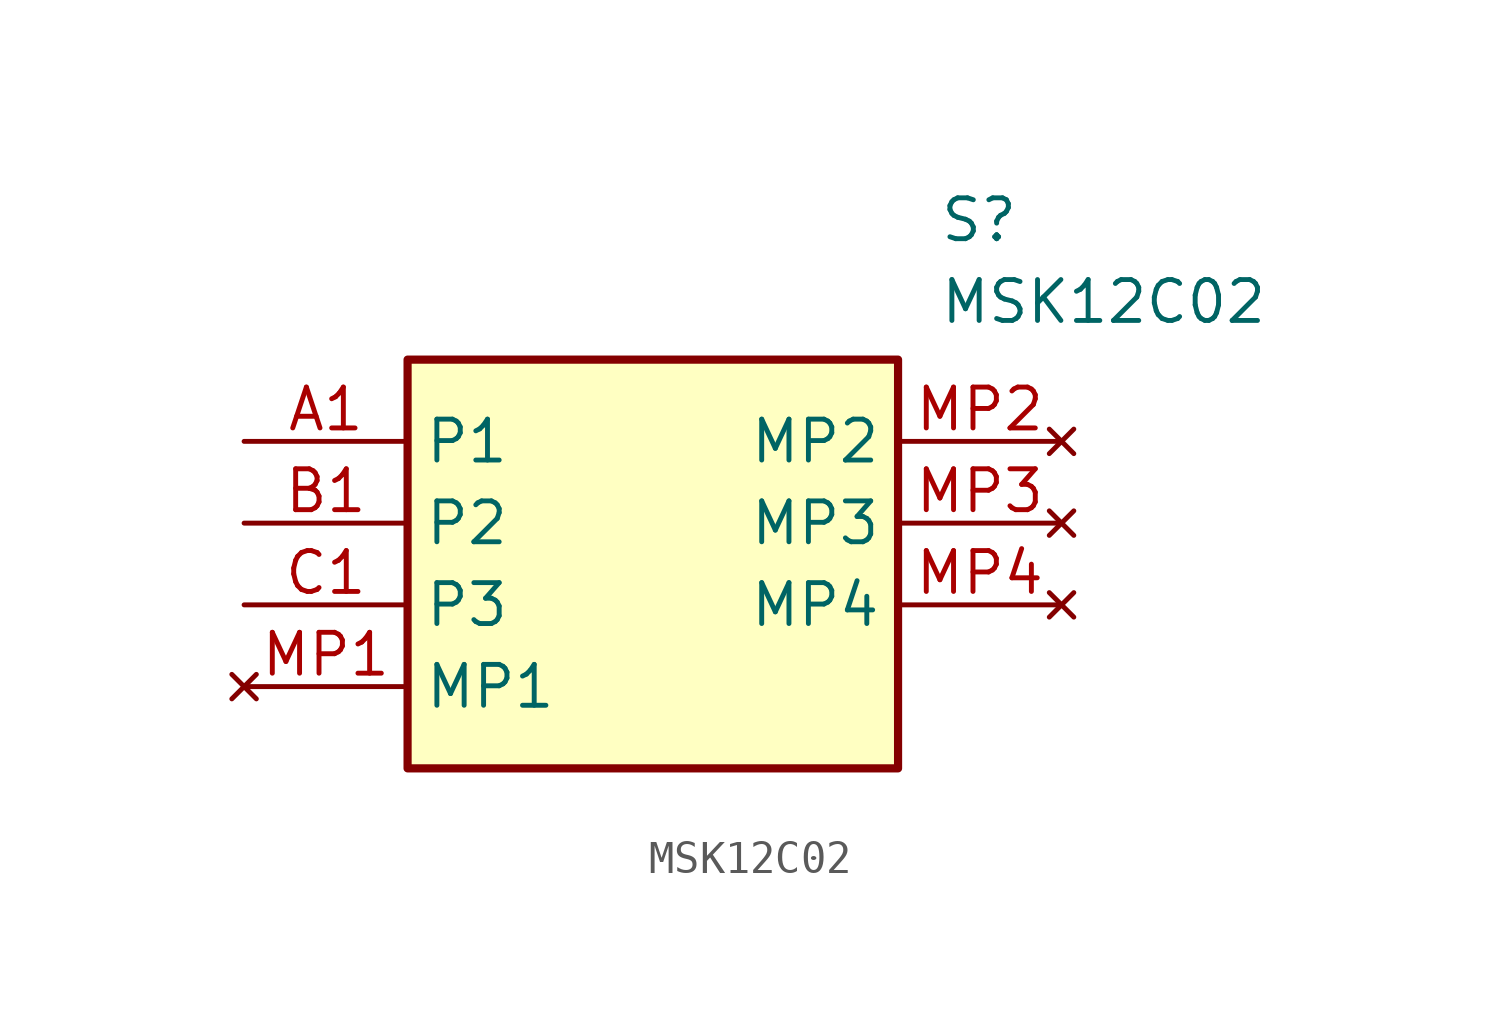
<source format=kicad_sym>
(kicad_symbol_lib
  (version 20220914)
  (generator kicad_symbol_editor)
  (symbol "MSK12C02"
    (property "Reference" "S"
      (at 21.59 7.62 0)
      (effects (font (size 1.27 1.27)) (justify left top)))
    (property "Value" "MSK12C02"
      (at 21.59 5.08 0)
      (effects (font (size 1.27 1.27)) (justify left top)))
    (symbol "MSK12C02_1_1"
      (rectangle (start 5.08 2.54) (end 20.32 -10.16) (stroke (width 0.254) (type default)) (fill (type background)))
      (pin passive line (at 0 0 0) (length 5.08) (name "P1" (effects (font (size 1.27 1.27)))) (number "A1" (effects (font (size 1.27 1.27)))))
      (pin passive line (at 0 -2.54 0) (length 5.08) (name "P2" (effects (font (size 1.27 1.27)))) (number "B1" (effects (font (size 1.27 1.27)))))
      (pin passive line (at 0 -5.08 0) (length 5.08) (name "P3" (effects (font (size 1.27 1.27)))) (number "C1" (effects (font (size 1.27 1.27)))))
      (pin no_connect line (at 0 -7.62 0) (length 5.08) (name "MP1" (effects (font (size 1.27 1.27)))) (number "MP1" (effects (font (size 1.27 1.27)))))
      (pin no_connect line (at 25.4 0 180) (length 5.08) (name "MP2" (effects (font (size 1.27 1.27)))) (number "MP2" (effects (font (size 1.27 1.27)))))
      (pin no_connect line (at 25.4 -2.54 180) (length 5.08) (name "MP3" (effects (font (size 1.27 1.27)))) (number "MP3" (effects (font (size 1.27 1.27)))))
      (pin no_connect line (at 25.4 -5.08 180) (length 5.08) (name "MP4" (effects (font (size 1.27 1.27)))) (number "MP4" (effects (font (size 1.27 1.27))))))))
</source>
